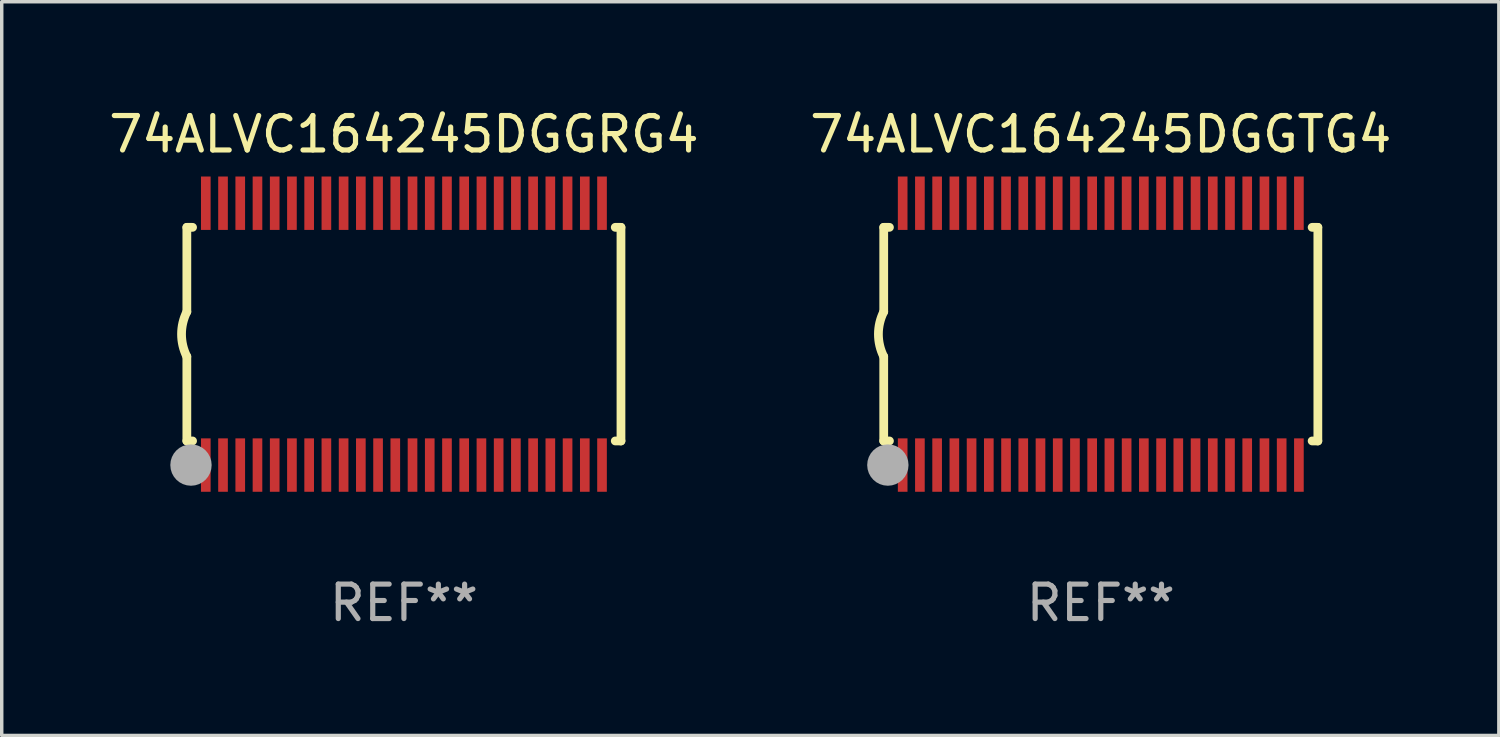
<source format=kicad_pcb>
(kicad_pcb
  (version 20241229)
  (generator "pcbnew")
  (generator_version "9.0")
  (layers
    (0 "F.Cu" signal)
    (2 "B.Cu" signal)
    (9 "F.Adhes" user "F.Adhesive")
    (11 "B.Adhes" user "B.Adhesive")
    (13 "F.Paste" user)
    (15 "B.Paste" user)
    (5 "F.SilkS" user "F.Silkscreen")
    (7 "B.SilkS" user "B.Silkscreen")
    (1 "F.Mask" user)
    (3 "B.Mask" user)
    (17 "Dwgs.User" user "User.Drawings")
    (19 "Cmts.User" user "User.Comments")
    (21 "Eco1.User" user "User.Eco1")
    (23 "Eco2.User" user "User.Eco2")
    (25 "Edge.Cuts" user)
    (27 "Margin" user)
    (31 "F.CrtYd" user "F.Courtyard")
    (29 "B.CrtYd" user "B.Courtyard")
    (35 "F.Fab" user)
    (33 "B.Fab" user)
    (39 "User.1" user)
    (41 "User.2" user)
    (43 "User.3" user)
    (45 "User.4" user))
  (footprint "74ALVC164245DGGRG4"
    (layer "F.Cu")
    (at 8.673 6.648)
    (property "Reference" "74ALVC164245DGGRG4" (at 0 -5.8 0) (layer "F.SilkS") (effects (font (size 1 1) (thickness 0.15))))
    (attr through_hole)
    (fp_line (start -6.3 -3.1) (end -6.3 -0.65) (stroke (width 0.254) (type solid)) (layer "F.SilkS"))
    (fp_line (start -6.3 -3.1) (end -6.134 -3.1) (stroke (width 0.254) (type solid)) (layer "F.SilkS"))
    (fp_line (start -6.3 3.1) (end -6.3 0.65) (stroke (width 0.254) (type solid)) (layer "F.SilkS"))
    (fp_line (start -6.3 3.1) (end -6.134 3.1) (stroke (width 0.254) (type solid)) (layer "F.SilkS"))
    (fp_line (start 6.134 -3.1) (end 6.3 -3.1) (stroke (width 0.254) (type solid)) (layer "F.SilkS"))
    (fp_line (start 6.134 3.1) (end 6.3 3.1) (stroke (width 0.254) (type solid)) (layer "F.SilkS"))
    (fp_line (start 6.3 -3.1) (end 6.3 3.1) (stroke (width 0.254) (type solid)) (layer "F.SilkS"))
    (fp_arc (start -6.301016 0.650114) (mid -6.45413 -0.000082) (end -6.3 -0.650038) (stroke (width 0.254001) (type solid)) (layer "F.SilkS"))
    (fp_circle (center -6.35 3.81) (end -6.223 3.81) (stroke (width 0.254) (type solid)) (fill no) (layer "F.SilkS"))
    (fp_circle (center -6.25 4.05) (end -6.22 4.05) (stroke (width 0.06) (type solid)) (fill no) (layer "F.SilkS"))
    (fp_circle (center -6.18 3.8) (end -5.88 3.8) (stroke (width 0.6) (type solid)) (fill no) (layer "F.Fab"))
    (fp_text user "REF**" (at 0 7.8 0) (layer "F.Fab") (effects (font (size 1 1) (thickness 0.15))))
    (pad "1" smd rect (at -5.75 3.8) (size 0.28 1.55) (layers "F.Cu" "F.Mask" "F.Paste"))
    (pad "2" smd rect (at -5.25 3.8) (size 0.28 1.55) (layers "F.Cu" "F.Mask" "F.Paste"))
    (pad "3" smd rect (at -4.75 3.8) (size 0.28 1.55) (layers "F.Cu" "F.Mask" "F.Paste"))
    (pad "4" smd rect (at -4.25 3.8) (size 0.28 1.55) (layers "F.Cu" "F.Mask" "F.Paste"))
    (pad "5" smd rect (at -3.75 3.8) (size 0.28 1.55) (layers "F.Cu" "F.Mask" "F.Paste"))
    (pad "6" smd rect (at -3.25 3.8) (size 0.28 1.55) (layers "F.Cu" "F.Mask" "F.Paste"))
    (pad "7" smd rect (at -2.75 3.8) (size 0.28 1.55) (layers "F.Cu" "F.Mask" "F.Paste"))
    (pad "8" smd rect (at -2.25 3.8) (size 0.28 1.55) (layers "F.Cu" "F.Mask" "F.Paste"))
    (pad "9" smd rect (at -1.75 3.8) (size 0.28 1.55) (layers "F.Cu" "F.Mask" "F.Paste"))
    (pad "10" smd rect (at -1.25 3.8) (size 0.28 1.55) (layers "F.Cu" "F.Mask" "F.Paste"))
    (pad "11" smd rect (at -0.75 3.8) (size 0.28 1.55) (layers "F.Cu" "F.Mask" "F.Paste"))
    (pad "12" smd rect (at -0.25 3.8) (size 0.28 1.55) (layers "F.Cu" "F.Mask" "F.Paste"))
    (pad "13" smd rect (at 0.25 3.8) (size 0.28 1.55) (layers "F.Cu" "F.Mask" "F.Paste"))
    (pad "14" smd rect (at 0.75 3.8) (size 0.28 1.55) (layers "F.Cu" "F.Mask" "F.Paste"))
    (pad "15" smd rect (at 1.25 3.8) (size 0.28 1.55) (layers "F.Cu" "F.Mask" "F.Paste"))
    (pad "16" smd rect (at 1.75 3.8) (size 0.28 1.55) (layers "F.Cu" "F.Mask" "F.Paste"))
    (pad "17" smd rect (at 2.25 3.8) (size 0.28 1.55) (layers "F.Cu" "F.Mask" "F.Paste"))
    (pad "18" smd rect (at 2.75 3.8) (size 0.28 1.55) (layers "F.Cu" "F.Mask" "F.Paste"))
    (pad "19" smd rect (at 3.25 3.8) (size 0.28 1.55) (layers "F.Cu" "F.Mask" "F.Paste"))
    (pad "20" smd rect (at 3.75 3.8) (size 0.28 1.55) (layers "F.Cu" "F.Mask" "F.Paste"))
    (pad "21" smd rect (at 4.25 3.8) (size 0.28 1.55) (layers "F.Cu" "F.Mask" "F.Paste"))
    (pad "22" smd rect (at 4.75 3.8) (size 0.28 1.55) (layers "F.Cu" "F.Mask" "F.Paste"))
    (pad "23" smd rect (at 5.25 3.8) (size 0.28 1.55) (layers "F.Cu" "F.Mask" "F.Paste"))
    (pad "24" smd rect (at 5.75 3.8) (size 0.28 1.55) (layers "F.Cu" "F.Mask" "F.Paste"))
    (pad "25" smd rect (at 5.75 -3.8) (size 0.28 1.55) (layers "F.Cu" "F.Mask" "F.Paste"))
    (pad "26" smd rect (at 5.25 -3.8) (size 0.28 1.55) (layers "F.Cu" "F.Mask" "F.Paste"))
    (pad "27" smd rect (at 4.75 -3.8) (size 0.28 1.55) (layers "F.Cu" "F.Mask" "F.Paste"))
    (pad "28" smd rect (at 4.25 -3.8) (size 0.28 1.55) (layers "F.Cu" "F.Mask" "F.Paste"))
    (pad "29" smd rect (at 3.75 -3.8) (size 0.28 1.55) (layers "F.Cu" "F.Mask" "F.Paste"))
    (pad "30" smd rect (at 3.25 -3.8) (size 0.28 1.55) (layers "F.Cu" "F.Mask" "F.Paste"))
    (pad "31" smd rect (at 2.75 -3.8) (size 0.28 1.55) (layers "F.Cu" "F.Mask" "F.Paste"))
    (pad "32" smd rect (at 2.25 -3.8) (size 0.28 1.55) (layers "F.Cu" "F.Mask" "F.Paste"))
    (pad "33" smd rect (at 1.75 -3.8) (size 0.28 1.55) (layers "F.Cu" "F.Mask" "F.Paste"))
    (pad "34" smd rect (at 1.25 -3.8) (size 0.28 1.55) (layers "F.Cu" "F.Mask" "F.Paste"))
    (pad "35" smd rect (at 0.75 -3.8) (size 0.28 1.55) (layers "F.Cu" "F.Mask" "F.Paste"))
    (pad "36" smd rect (at 0.25 -3.8) (size 0.28 1.55) (layers "F.Cu" "F.Mask" "F.Paste"))
    (pad "37" smd rect (at -0.25 -3.8) (size 0.28 1.55) (layers "F.Cu" "F.Mask" "F.Paste"))
    (pad "38" smd rect (at -0.75 -3.8) (size 0.28 1.55) (layers "F.Cu" "F.Mask" "F.Paste"))
    (pad "39" smd rect (at -1.25 -3.8) (size 0.28 1.55) (layers "F.Cu" "F.Mask" "F.Paste"))
    (pad "40" smd rect (at -1.75 -3.8) (size 0.28 1.55) (layers "F.Cu" "F.Mask" "F.Paste"))
    (pad "41" smd rect (at -2.25 -3.8) (size 0.28 1.55) (layers "F.Cu" "F.Mask" "F.Paste"))
    (pad "42" smd rect (at -2.75 -3.8) (size 0.28 1.55) (layers "F.Cu" "F.Mask" "F.Paste"))
    (pad "43" smd rect (at -3.25 -3.8) (size 0.28 1.55) (layers "F.Cu" "F.Mask" "F.Paste"))
    (pad "44" smd rect (at -3.75 -3.8) (size 0.28 1.55) (layers "F.Cu" "F.Mask" "F.Paste"))
    (pad "45" smd rect (at -4.25 -3.8) (size 0.28 1.55) (layers "F.Cu" "F.Mask" "F.Paste"))
    (pad "46" smd rect (at -4.75 -3.8) (size 0.28 1.55) (layers "F.Cu" "F.Mask" "F.Paste"))
    (pad "47" smd rect (at -5.25 -3.8) (size 0.28 1.55) (layers "F.Cu" "F.Mask" "F.Paste"))
    (pad "48" smd rect (at -5.75 -3.8) (size 0.28 1.55) (layers "F.Cu" "F.Mask" "F.Paste")))
  (footprint "74ALVC164245DGGTG4"
    (layer "F.Cu")
    (at 28.899 6.648)
    (property "Reference" "74ALVC164245DGGTG4" (at 0 -5.8 0) (layer "F.SilkS") (effects (font (size 1 1) (thickness 0.15))))
    (attr through_hole)
    (fp_line (start -6.3 -3.1) (end -6.3 -0.65) (stroke (width 0.254) (type solid)) (layer "F.SilkS"))
    (fp_line (start -6.3 -3.1) (end -6.134 -3.1) (stroke (width 0.254) (type solid)) (layer "F.SilkS"))
    (fp_line (start -6.3 3.1) (end -6.3 0.65) (stroke (width 0.254) (type solid)) (layer "F.SilkS"))
    (fp_line (start -6.3 3.1) (end -6.134 3.1) (stroke (width 0.254) (type solid)) (layer "F.SilkS"))
    (fp_line (start 6.134 -3.1) (end 6.3 -3.1) (stroke (width 0.254) (type solid)) (layer "F.SilkS"))
    (fp_line (start 6.134 3.1) (end 6.3 3.1) (stroke (width 0.254) (type solid)) (layer "F.SilkS"))
    (fp_line (start 6.3 -3.1) (end 6.3 3.1) (stroke (width 0.254) (type solid)) (layer "F.SilkS"))
    (fp_arc (start -6.301016 0.650114) (mid -6.45413 -0.000082) (end -6.3 -0.650038) (stroke (width 0.254001) (type solid)) (layer "F.SilkS"))
    (fp_circle (center -6.35 3.81) (end -6.223 3.81) (stroke (width 0.254) (type solid)) (fill no) (layer "F.SilkS"))
    (fp_circle (center -6.25 4.05) (end -6.22 4.05) (stroke (width 0.06) (type solid)) (fill no) (layer "F.SilkS"))
    (fp_circle (center -6.18 3.8) (end -5.88 3.8) (stroke (width 0.6) (type solid)) (fill no) (layer "F.Fab"))
    (fp_text user "REF**" (at 0 7.8 0) (layer "F.Fab") (effects (font (size 1 1) (thickness 0.15))))
    (pad "1" smd rect (at -5.75 3.8) (size 0.28 1.55) (layers "F.Cu" "F.Mask" "F.Paste"))
    (pad "2" smd rect (at -5.25 3.8) (size 0.28 1.55) (layers "F.Cu" "F.Mask" "F.Paste"))
    (pad "3" smd rect (at -4.75 3.8) (size 0.28 1.55) (layers "F.Cu" "F.Mask" "F.Paste"))
    (pad "4" smd rect (at -4.25 3.8) (size 0.28 1.55) (layers "F.Cu" "F.Mask" "F.Paste"))
    (pad "5" smd rect (at -3.75 3.8) (size 0.28 1.55) (layers "F.Cu" "F.Mask" "F.Paste"))
    (pad "6" smd rect (at -3.25 3.8) (size 0.28 1.55) (layers "F.Cu" "F.Mask" "F.Paste"))
    (pad "7" smd rect (at -2.75 3.8) (size 0.28 1.55) (layers "F.Cu" "F.Mask" "F.Paste"))
    (pad "8" smd rect (at -2.25 3.8) (size 0.28 1.55) (layers "F.Cu" "F.Mask" "F.Paste"))
    (pad "9" smd rect (at -1.75 3.8) (size 0.28 1.55) (layers "F.Cu" "F.Mask" "F.Paste"))
    (pad "10" smd rect (at -1.25 3.8) (size 0.28 1.55) (layers "F.Cu" "F.Mask" "F.Paste"))
    (pad "11" smd rect (at -0.75 3.8) (size 0.28 1.55) (layers "F.Cu" "F.Mask" "F.Paste"))
    (pad "12" smd rect (at -0.25 3.8) (size 0.28 1.55) (layers "F.Cu" "F.Mask" "F.Paste"))
    (pad "13" smd rect (at 0.25 3.8) (size 0.28 1.55) (layers "F.Cu" "F.Mask" "F.Paste"))
    (pad "14" smd rect (at 0.75 3.8) (size 0.28 1.55) (layers "F.Cu" "F.Mask" "F.Paste"))
    (pad "15" smd rect (at 1.25 3.8) (size 0.28 1.55) (layers "F.Cu" "F.Mask" "F.Paste"))
    (pad "16" smd rect (at 1.75 3.8) (size 0.28 1.55) (layers "F.Cu" "F.Mask" "F.Paste"))
    (pad "17" smd rect (at 2.25 3.8) (size 0.28 1.55) (layers "F.Cu" "F.Mask" "F.Paste"))
    (pad "18" smd rect (at 2.75 3.8) (size 0.28 1.55) (layers "F.Cu" "F.Mask" "F.Paste"))
    (pad "19" smd rect (at 3.25 3.8) (size 0.28 1.55) (layers "F.Cu" "F.Mask" "F.Paste"))
    (pad "20" smd rect (at 3.75 3.8) (size 0.28 1.55) (layers "F.Cu" "F.Mask" "F.Paste"))
    (pad "21" smd rect (at 4.25 3.8) (size 0.28 1.55) (layers "F.Cu" "F.Mask" "F.Paste"))
    (pad "22" smd rect (at 4.75 3.8) (size 0.28 1.55) (layers "F.Cu" "F.Mask" "F.Paste"))
    (pad "23" smd rect (at 5.25 3.8) (size 0.28 1.55) (layers "F.Cu" "F.Mask" "F.Paste"))
    (pad "24" smd rect (at 5.75 3.8) (size 0.28 1.55) (layers "F.Cu" "F.Mask" "F.Paste"))
    (pad "25" smd rect (at 5.75 -3.8) (size 0.28 1.55) (layers "F.Cu" "F.Mask" "F.Paste"))
    (pad "26" smd rect (at 5.25 -3.8) (size 0.28 1.55) (layers "F.Cu" "F.Mask" "F.Paste"))
    (pad "27" smd rect (at 4.75 -3.8) (size 0.28 1.55) (layers "F.Cu" "F.Mask" "F.Paste"))
    (pad "28" smd rect (at 4.25 -3.8) (size 0.28 1.55) (layers "F.Cu" "F.Mask" "F.Paste"))
    (pad "29" smd rect (at 3.75 -3.8) (size 0.28 1.55) (layers "F.Cu" "F.Mask" "F.Paste"))
    (pad "30" smd rect (at 3.25 -3.8) (size 0.28 1.55) (layers "F.Cu" "F.Mask" "F.Paste"))
    (pad "31" smd rect (at 2.75 -3.8) (size 0.28 1.55) (layers "F.Cu" "F.Mask" "F.Paste"))
    (pad "32" smd rect (at 2.25 -3.8) (size 0.28 1.55) (layers "F.Cu" "F.Mask" "F.Paste"))
    (pad "33" smd rect (at 1.75 -3.8) (size 0.28 1.55) (layers "F.Cu" "F.Mask" "F.Paste"))
    (pad "34" smd rect (at 1.25 -3.8) (size 0.28 1.55) (layers "F.Cu" "F.Mask" "F.Paste"))
    (pad "35" smd rect (at 0.75 -3.8) (size 0.28 1.55) (layers "F.Cu" "F.Mask" "F.Paste"))
    (pad "36" smd rect (at 0.25 -3.8) (size 0.28 1.55) (layers "F.Cu" "F.Mask" "F.Paste"))
    (pad "37" smd rect (at -0.25 -3.8) (size 0.28 1.55) (layers "F.Cu" "F.Mask" "F.Paste"))
    (pad "38" smd rect (at -0.75 -3.8) (size 0.28 1.55) (layers "F.Cu" "F.Mask" "F.Paste"))
    (pad "39" smd rect (at -1.25 -3.8) (size 0.28 1.55) (layers "F.Cu" "F.Mask" "F.Paste"))
    (pad "40" smd rect (at -1.75 -3.8) (size 0.28 1.55) (layers "F.Cu" "F.Mask" "F.Paste"))
    (pad "41" smd rect (at -2.25 -3.8) (size 0.28 1.55) (layers "F.Cu" "F.Mask" "F.Paste"))
    (pad "42" smd rect (at -2.75 -3.8) (size 0.28 1.55) (layers "F.Cu" "F.Mask" "F.Paste"))
    (pad "43" smd rect (at -3.25 -3.8) (size 0.28 1.55) (layers "F.Cu" "F.Mask" "F.Paste"))
    (pad "44" smd rect (at -3.75 -3.8) (size 0.28 1.55) (layers "F.Cu" "F.Mask" "F.Paste"))
    (pad "45" smd rect (at -4.25 -3.8) (size 0.28 1.55) (layers "F.Cu" "F.Mask" "F.Paste"))
    (pad "46" smd rect (at -4.75 -3.8) (size 0.28 1.55) (layers "F.Cu" "F.Mask" "F.Paste"))
    (pad "47" smd rect (at -5.25 -3.8) (size 0.28 1.55) (layers "F.Cu" "F.Mask" "F.Paste"))
    (pad "48" smd rect (at -5.75 -3.8) (size 0.28 1.55) (layers "F.Cu" "F.Mask" "F.Paste")))
  (gr_rect
    (start -3 -3)
    (end 40.452 18.296)
    (stroke (width 0.1) (type default))
    (fill no)
    (layer "Edge.Cuts")))
</source>
